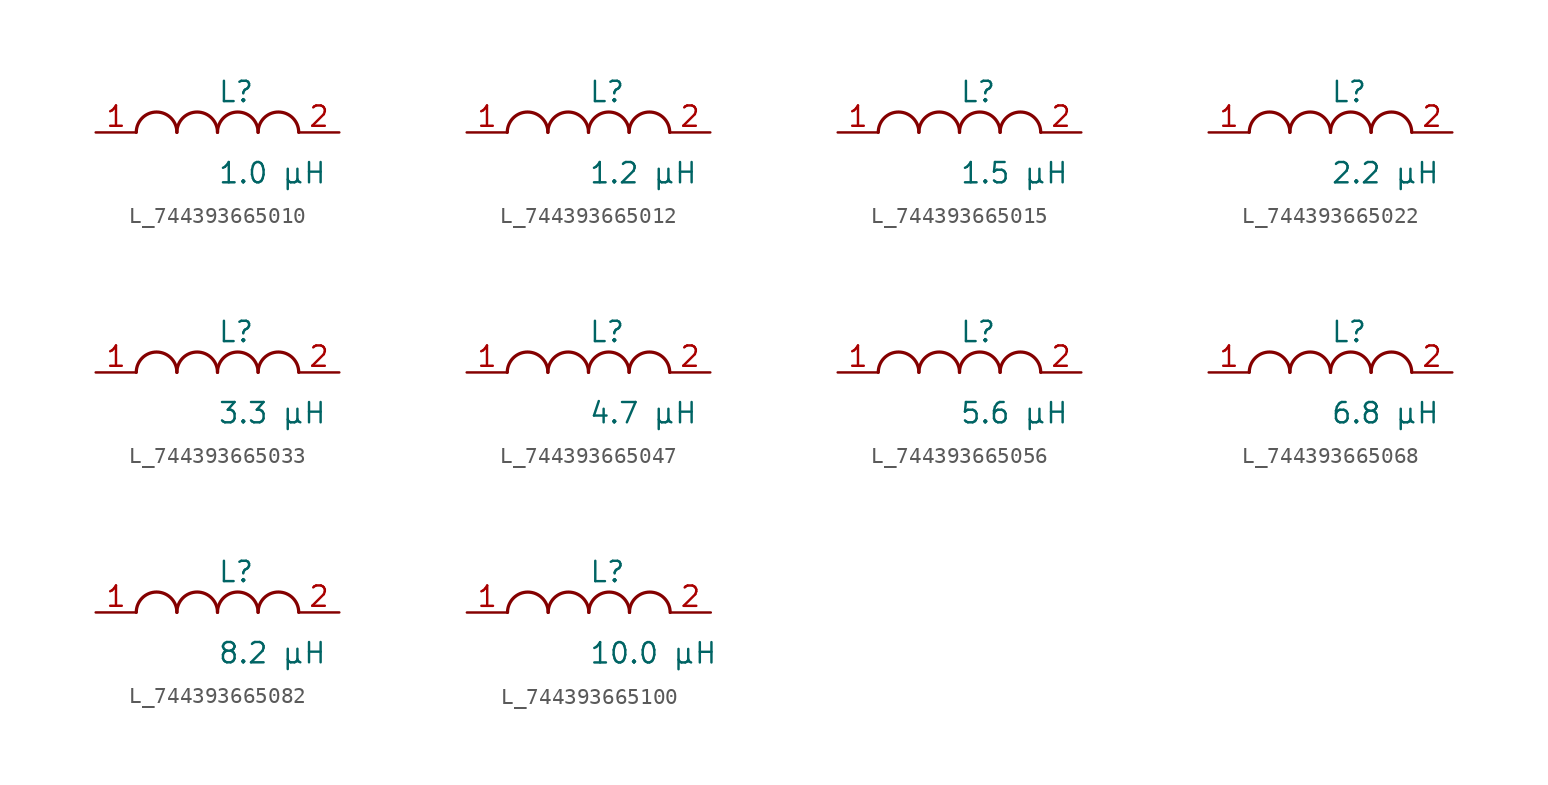
<source format=kicad_sym>
(kicad_symbol_lib
  (version 20231120)
  (generator kicad_symbol_editor)
  (generator_version 8.0)
  (symbol "L_744393665010"
    (pin_names
      (offset 0.254))
    (property "Reference" "L"
      (at 0 2.54 0)
      (effects (font (size 1.27 1.27)) (justify left)))
    (property "Value" "1.0 µH"
      (at 0 -2.54 0)
      (effects (font (size 1.27 1.27)) (justify left)))
    (symbol "L_744393665010_1_1"
      (arc (start -2.54 0.0056) (mid -3.81 1.27) (end -5.08 0.0056) (stroke (width 0.2032) (type default)) (fill (type none)))
      (arc (start 0 0.0056) (mid -1.27 1.27) (end -2.54 0.0056) (stroke (width 0.2032) (type default)) (fill (type none)))
      (arc (start 2.54 0.0056) (mid 1.27 1.27) (end 0 0.0056) (stroke (width 0.2032) (type default)) (fill (type none)))
      (arc (start 5.08 0.0056) (mid 3.81 1.27) (end 2.54 0.0056) (stroke (width 0.2032) (type default)) (fill (type none)))
      (pin unspecified line (at -7.62 0 0) (length 2.54) (name "" (effects (font (size 1.27 1.27)))) (number "1" (effects (font (size 1.27 1.27)))))
      (pin unspecified line (at 7.62 0 180) (length 2.54) (name "" (effects (font (size 1.27 1.27)))) (number "2" (effects (font (size 1.27 1.27)))))))
  (symbol "L_744393665012"
    (pin_names
      (offset 0.254))
    (property "Reference" "L"
      (at 0 2.54 0)
      (effects (font (size 1.27 1.27)) (justify left)))
    (property "Value" "1.2 µH"
      (at 0 -2.54 0)
      (effects (font (size 1.27 1.27)) (justify left)))
    (symbol "L_744393665012_1_1"
      (arc (start -2.54 0.0056) (mid -3.81 1.27) (end -5.08 0.0056) (stroke (width 0.2032) (type default)) (fill (type none)))
      (arc (start 0 0.0056) (mid -1.27 1.27) (end -2.54 0.0056) (stroke (width 0.2032) (type default)) (fill (type none)))
      (arc (start 2.54 0.0056) (mid 1.27 1.27) (end 0 0.0056) (stroke (width 0.2032) (type default)) (fill (type none)))
      (arc (start 5.08 0.0056) (mid 3.81 1.27) (end 2.54 0.0056) (stroke (width 0.2032) (type default)) (fill (type none)))
      (pin unspecified line (at -7.62 0 0) (length 2.54) (name "" (effects (font (size 1.27 1.27)))) (number "1" (effects (font (size 1.27 1.27)))))
      (pin unspecified line (at 7.62 0 180) (length 2.54) (name "" (effects (font (size 1.27 1.27)))) (number "2" (effects (font (size 1.27 1.27)))))))
  (symbol "L_744393665015"
    (pin_names
      (offset 0.254))
    (property "Reference" "L"
      (at 0 2.54 0)
      (effects (font (size 1.27 1.27)) (justify left)))
    (property "Value" "1.5 µH"
      (at 0 -2.54 0)
      (effects (font (size 1.27 1.27)) (justify left)))
    (symbol "L_744393665015_1_1"
      (arc (start -2.54 0.0056) (mid -3.81 1.27) (end -5.08 0.0056) (stroke (width 0.2032) (type default)) (fill (type none)))
      (arc (start 0 0.0056) (mid -1.27 1.27) (end -2.54 0.0056) (stroke (width 0.2032) (type default)) (fill (type none)))
      (arc (start 2.54 0.0056) (mid 1.27 1.27) (end 0 0.0056) (stroke (width 0.2032) (type default)) (fill (type none)))
      (arc (start 5.08 0.0056) (mid 3.81 1.27) (end 2.54 0.0056) (stroke (width 0.2032) (type default)) (fill (type none)))
      (pin unspecified line (at -7.62 0 0) (length 2.54) (name "" (effects (font (size 1.27 1.27)))) (number "1" (effects (font (size 1.27 1.27)))))
      (pin unspecified line (at 7.62 0 180) (length 2.54) (name "" (effects (font (size 1.27 1.27)))) (number "2" (effects (font (size 1.27 1.27)))))))
  (symbol "L_744393665022"
    (pin_names
      (offset 0.254))
    (property "Reference" "L"
      (at 0 2.54 0)
      (effects (font (size 1.27 1.27)) (justify left)))
    (property "Value" "2.2 µH"
      (at 0 -2.54 0)
      (effects (font (size 1.27 1.27)) (justify left)))
    (symbol "L_744393665022_1_1"
      (arc (start -2.54 0.0056) (mid -3.81 1.27) (end -5.08 0.0056) (stroke (width 0.2032) (type default)) (fill (type none)))
      (arc (start 0 0.0056) (mid -1.27 1.27) (end -2.54 0.0056) (stroke (width 0.2032) (type default)) (fill (type none)))
      (arc (start 2.54 0.0056) (mid 1.27 1.27) (end 0 0.0056) (stroke (width 0.2032) (type default)) (fill (type none)))
      (arc (start 5.08 0.0056) (mid 3.81 1.27) (end 2.54 0.0056) (stroke (width 0.2032) (type default)) (fill (type none)))
      (pin unspecified line (at -7.62 0 0) (length 2.54) (name "" (effects (font (size 1.27 1.27)))) (number "1" (effects (font (size 1.27 1.27)))))
      (pin unspecified line (at 7.62 0 180) (length 2.54) (name "" (effects (font (size 1.27 1.27)))) (number "2" (effects (font (size 1.27 1.27)))))))
  (symbol "L_744393665033"
    (pin_names
      (offset 0.254))
    (property "Reference" "L"
      (at 0 2.54 0)
      (effects (font (size 1.27 1.27)) (justify left)))
    (property "Value" "3.3 µH"
      (at 0 -2.54 0)
      (effects (font (size 1.27 1.27)) (justify left)))
    (symbol "L_744393665033_1_1"
      (arc (start -2.54 0.0056) (mid -3.81 1.27) (end -5.08 0.0056) (stroke (width 0.2032) (type default)) (fill (type none)))
      (arc (start 0 0.0056) (mid -1.27 1.27) (end -2.54 0.0056) (stroke (width 0.2032) (type default)) (fill (type none)))
      (arc (start 2.54 0.0056) (mid 1.27 1.27) (end 0 0.0056) (stroke (width 0.2032) (type default)) (fill (type none)))
      (arc (start 5.08 0.0056) (mid 3.81 1.27) (end 2.54 0.0056) (stroke (width 0.2032) (type default)) (fill (type none)))
      (pin unspecified line (at -7.62 0 0) (length 2.54) (name "" (effects (font (size 1.27 1.27)))) (number "1" (effects (font (size 1.27 1.27)))))
      (pin unspecified line (at 7.62 0 180) (length 2.54) (name "" (effects (font (size 1.27 1.27)))) (number "2" (effects (font (size 1.27 1.27)))))))
  (symbol "L_744393665047"
    (pin_names
      (offset 0.254))
    (property "Reference" "L"
      (at 0 2.54 0)
      (effects (font (size 1.27 1.27)) (justify left)))
    (property "Value" "4.7 µH"
      (at 0 -2.54 0)
      (effects (font (size 1.27 1.27)) (justify left)))
    (symbol "L_744393665047_1_1"
      (arc (start -2.54 0.0056) (mid -3.81 1.27) (end -5.08 0.0056) (stroke (width 0.2032) (type default)) (fill (type none)))
      (arc (start 0 0.0056) (mid -1.27 1.27) (end -2.54 0.0056) (stroke (width 0.2032) (type default)) (fill (type none)))
      (arc (start 2.54 0.0056) (mid 1.27 1.27) (end 0 0.0056) (stroke (width 0.2032) (type default)) (fill (type none)))
      (arc (start 5.08 0.0056) (mid 3.81 1.27) (end 2.54 0.0056) (stroke (width 0.2032) (type default)) (fill (type none)))
      (pin unspecified line (at -7.62 0 0) (length 2.54) (name "" (effects (font (size 1.27 1.27)))) (number "1" (effects (font (size 1.27 1.27)))))
      (pin unspecified line (at 7.62 0 180) (length 2.54) (name "" (effects (font (size 1.27 1.27)))) (number "2" (effects (font (size 1.27 1.27)))))))
  (symbol "L_744393665056"
    (pin_names
      (offset 0.254))
    (property "Reference" "L"
      (at 0 2.54 0)
      (effects (font (size 1.27 1.27)) (justify left)))
    (property "Value" "5.6 µH"
      (at 0 -2.54 0)
      (effects (font (size 1.27 1.27)) (justify left)))
    (symbol "L_744393665056_1_1"
      (arc (start -2.54 0.0056) (mid -3.81 1.27) (end -5.08 0.0056) (stroke (width 0.2032) (type default)) (fill (type none)))
      (arc (start 0 0.0056) (mid -1.27 1.27) (end -2.54 0.0056) (stroke (width 0.2032) (type default)) (fill (type none)))
      (arc (start 2.54 0.0056) (mid 1.27 1.27) (end 0 0.0056) (stroke (width 0.2032) (type default)) (fill (type none)))
      (arc (start 5.08 0.0056) (mid 3.81 1.27) (end 2.54 0.0056) (stroke (width 0.2032) (type default)) (fill (type none)))
      (pin unspecified line (at -7.62 0 0) (length 2.54) (name "" (effects (font (size 1.27 1.27)))) (number "1" (effects (font (size 1.27 1.27)))))
      (pin unspecified line (at 7.62 0 180) (length 2.54) (name "" (effects (font (size 1.27 1.27)))) (number "2" (effects (font (size 1.27 1.27)))))))
  (symbol "L_744393665068"
    (pin_names
      (offset 0.254))
    (property "Reference" "L"
      (at 0 2.54 0)
      (effects (font (size 1.27 1.27)) (justify left)))
    (property "Value" "6.8 µH"
      (at 0 -2.54 0)
      (effects (font (size 1.27 1.27)) (justify left)))
    (symbol "L_744393665068_1_1"
      (arc (start -2.54 0.0056) (mid -3.81 1.27) (end -5.08 0.0056) (stroke (width 0.2032) (type default)) (fill (type none)))
      (arc (start 0 0.0056) (mid -1.27 1.27) (end -2.54 0.0056) (stroke (width 0.2032) (type default)) (fill (type none)))
      (arc (start 2.54 0.0056) (mid 1.27 1.27) (end 0 0.0056) (stroke (width 0.2032) (type default)) (fill (type none)))
      (arc (start 5.08 0.0056) (mid 3.81 1.27) (end 2.54 0.0056) (stroke (width 0.2032) (type default)) (fill (type none)))
      (pin unspecified line (at -7.62 0 0) (length 2.54) (name "" (effects (font (size 1.27 1.27)))) (number "1" (effects (font (size 1.27 1.27)))))
      (pin unspecified line (at 7.62 0 180) (length 2.54) (name "" (effects (font (size 1.27 1.27)))) (number "2" (effects (font (size 1.27 1.27)))))))
  (symbol "L_744393665082"
    (pin_names
      (offset 0.254))
    (property "Reference" "L"
      (at 0 2.54 0)
      (effects (font (size 1.27 1.27)) (justify left)))
    (property "Value" "8.2 µH"
      (at 0 -2.54 0)
      (effects (font (size 1.27 1.27)) (justify left)))
    (symbol "L_744393665082_1_1"
      (arc (start -2.54 0.0056) (mid -3.81 1.27) (end -5.08 0.0056) (stroke (width 0.2032) (type default)) (fill (type none)))
      (arc (start 0 0.0056) (mid -1.27 1.27) (end -2.54 0.0056) (stroke (width 0.2032) (type default)) (fill (type none)))
      (arc (start 2.54 0.0056) (mid 1.27 1.27) (end 0 0.0056) (stroke (width 0.2032) (type default)) (fill (type none)))
      (arc (start 5.08 0.0056) (mid 3.81 1.27) (end 2.54 0.0056) (stroke (width 0.2032) (type default)) (fill (type none)))
      (pin unspecified line (at -7.62 0 0) (length 2.54) (name "" (effects (font (size 1.27 1.27)))) (number "1" (effects (font (size 1.27 1.27)))))
      (pin unspecified line (at 7.62 0 180) (length 2.54) (name "" (effects (font (size 1.27 1.27)))) (number "2" (effects (font (size 1.27 1.27)))))))
  (symbol "L_744393665100"
    (pin_names
      (offset 0.254))
    (property "Reference" "L"
      (at 0 2.54 0)
      (effects (font (size 1.27 1.27)) (justify left)))
    (property "Value" "10.0 µH"
      (at 0 -2.54 0)
      (effects (font (size 1.27 1.27)) (justify left)))
    (symbol "L_744393665100_1_1"
      (arc (start -2.54 0.0056) (mid -3.81 1.27) (end -5.08 0.0056) (stroke (width 0.2032) (type default)) (fill (type none)))
      (arc (start 0 0.0056) (mid -1.27 1.27) (end -2.54 0.0056) (stroke (width 0.2032) (type default)) (fill (type none)))
      (arc (start 2.54 0.0056) (mid 1.27 1.27) (end 0 0.0056) (stroke (width 0.2032) (type default)) (fill (type none)))
      (arc (start 5.08 0.0056) (mid 3.81 1.27) (end 2.54 0.0056) (stroke (width 0.2032) (type default)) (fill (type none)))
      (pin unspecified line (at -7.62 0 0) (length 2.54) (name "" (effects (font (size 1.27 1.27)))) (number "1" (effects (font (size 1.27 1.27)))))
      (pin unspecified line (at 7.62 0 180) (length 2.54) (name "" (effects (font (size 1.27 1.27)))) (number "2" (effects (font (size 1.27 1.27))))))))
</source>
